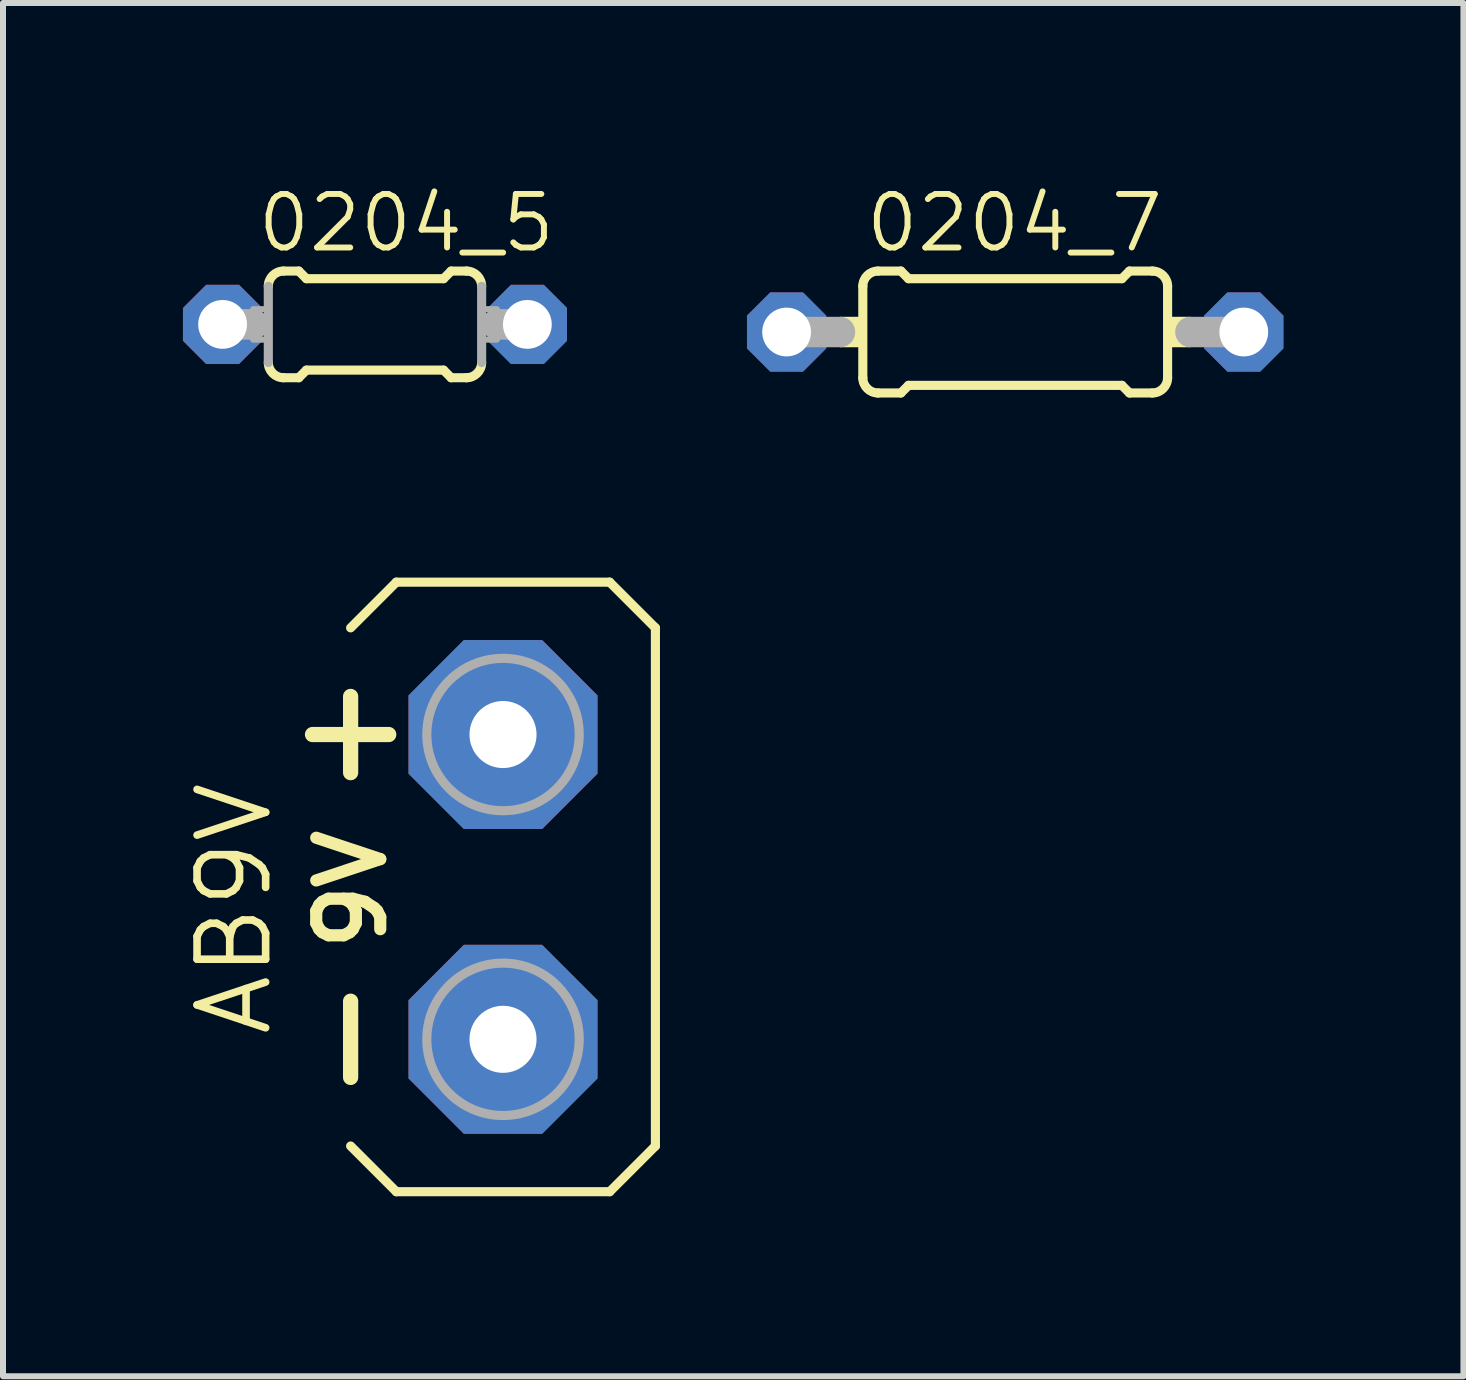
<source format=kicad_pcb>
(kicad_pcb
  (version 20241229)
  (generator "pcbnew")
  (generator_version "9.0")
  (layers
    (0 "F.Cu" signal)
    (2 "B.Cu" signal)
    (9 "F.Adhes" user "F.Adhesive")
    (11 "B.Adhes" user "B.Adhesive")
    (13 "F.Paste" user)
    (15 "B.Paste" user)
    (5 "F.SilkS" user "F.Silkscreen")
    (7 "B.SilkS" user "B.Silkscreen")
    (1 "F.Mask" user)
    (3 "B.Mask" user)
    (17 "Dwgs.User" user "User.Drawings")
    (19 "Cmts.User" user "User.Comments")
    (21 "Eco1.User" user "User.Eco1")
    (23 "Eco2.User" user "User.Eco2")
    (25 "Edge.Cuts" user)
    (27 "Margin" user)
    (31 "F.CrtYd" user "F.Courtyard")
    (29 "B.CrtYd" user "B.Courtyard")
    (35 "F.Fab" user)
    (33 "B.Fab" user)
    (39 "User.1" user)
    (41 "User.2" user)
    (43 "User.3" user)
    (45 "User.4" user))
  (footprint "0204_7"
    (layer "F.Cu")
    (at 13.871 2.484)
    (property "Reference" "0204_7" (at -2.54 -1.295 0) (unlocked yes) (layer "F.SilkS") (effects (font (size 0.892 0.892) (thickness 0.099)) (justify left bottom)))
    (fp_line (start -2.54 0.762) (end -2.54 -0.762) (stroke (width 0.152) (type solid)) (layer "F.SilkS"))
    (fp_line (start -2.286 -1.016) (end -1.905 -1.016) (stroke (width 0.152) (type solid)) (layer "F.SilkS"))
    (fp_line (start -2.286 1.016) (end -1.905 1.016) (stroke (width 0.152) (type solid)) (layer "F.SilkS"))
    (fp_line (start -1.778 -0.889) (end -1.905 -1.016) (stroke (width 0.152) (type solid)) (layer "F.SilkS"))
    (fp_line (start -1.778 0.889) (end -1.905 1.016) (stroke (width 0.152) (type solid)) (layer "F.SilkS"))
    (fp_line (start 1.778 -0.889) (end -1.778 -0.889) (stroke (width 0.152) (type solid)) (layer "F.SilkS"))
    (fp_line (start 1.778 -0.889) (end 1.905 -1.016) (stroke (width 0.152) (type solid)) (layer "F.SilkS"))
    (fp_line (start 1.778 0.889) (end -1.778 0.889) (stroke (width 0.152) (type solid)) (layer "F.SilkS"))
    (fp_line (start 1.778 0.889) (end 1.905 1.016) (stroke (width 0.152) (type solid)) (layer "F.SilkS"))
    (fp_line (start 2.286 -1.016) (end 1.905 -1.016) (stroke (width 0.152) (type solid)) (layer "F.SilkS"))
    (fp_line (start 2.286 1.016) (end 1.905 1.016) (stroke (width 0.152) (type solid)) (layer "F.SilkS"))
    (fp_line (start 2.54 0.762) (end 2.54 -0.762) (stroke (width 0.152) (type solid)) (layer "F.SilkS"))
    (fp_arc (start -2.54 -0.762) (mid -2.465605 -0.941605) (end -2.286 -1.016) (stroke (width 0.1524) (type solid)) (layer "F.SilkS"))
    (fp_arc (start -2.286 1.016) (mid -2.465605 0.941605) (end -2.54 0.762) (stroke (width 0.1524) (type solid)) (layer "F.SilkS"))
    (fp_arc (start 2.286 -1.016) (mid 2.465605 -0.941605) (end 2.54 -0.762) (stroke (width 0.1524) (type solid)) (layer "F.SilkS"))
    (fp_arc (start 2.54 0.762) (mid 2.465605 0.941605) (end 2.286 1.016) (stroke (width 0.1524) (type solid)) (layer "F.SilkS"))
    (fp_poly (pts (xy -2.921 0.254) (xy -2.54 0.254) (xy -2.54 -0.254) (xy -2.921 -0.254)) (stroke (width 0) (type default)) (fill yes) (layer "F.SilkS"))
    (fp_poly (pts (xy 2.54 0.254) (xy 2.921 0.254) (xy 2.921 -0.254) (xy 2.54 -0.254)) (stroke (width 0) (type default)) (fill yes) (layer "F.SilkS"))
    (fp_line (start -3.81 0) (end -2.921 0) (stroke (width 0.508) (type solid)) (layer "F.Fab"))
    (fp_line (start 3.81 0) (end 2.921 0) (stroke (width 0.508) (type solid)) (layer "F.Fab"))
    (pad "1" thru_hole roundrect (at -3.81 0) (size 1.321 1.321) (drill 0.813) (layers "*.Cu" "*.Mask") (roundrect_rratio 0.25) (chamfer_ratio 0.293) (chamfer top_left top_right bottom_left bottom_right))
    (pad "2" thru_hole roundrect (at 3.81 0) (size 1.321 1.321) (drill 0.813) (layers "*.Cu" "*.Mask") (roundrect_rratio 0.25) (chamfer_ratio 0.293) (chamfer top_left top_right bottom_left bottom_right)))
  (footprint "0204_5"
    (layer "F.Cu")
    (at 3.2 2.357)
    (property "Reference" "0204_5" (at -2.007 -1.168 0) (unlocked yes) (layer "F.SilkS") (effects (font (size 0.892 0.892) (thickness 0.099)) (justify left bottom)))
    (fp_line (start -1.524 -0.889) (end -1.27 -0.889) (stroke (width 0.152) (type solid)) (layer "F.SilkS"))
    (fp_line (start -1.524 0.889) (end -1.27 0.889) (stroke (width 0.152) (type solid)) (layer "F.SilkS"))
    (fp_line (start -1.143 -0.762) (end -1.27 -0.889) (stroke (width 0.152) (type solid)) (layer "F.SilkS"))
    (fp_line (start -1.143 0.762) (end -1.27 0.889) (stroke (width 0.152) (type solid)) (layer "F.SilkS"))
    (fp_line (start 1.143 -0.762) (end -1.143 -0.762) (stroke (width 0.152) (type solid)) (layer "F.SilkS"))
    (fp_line (start 1.143 -0.762) (end 1.27 -0.889) (stroke (width 0.152) (type solid)) (layer "F.SilkS"))
    (fp_line (start 1.143 0.762) (end -1.143 0.762) (stroke (width 0.152) (type solid)) (layer "F.SilkS"))
    (fp_line (start 1.143 0.762) (end 1.27 0.889) (stroke (width 0.152) (type solid)) (layer "F.SilkS"))
    (fp_line (start 1.524 -0.889) (end 1.27 -0.889) (stroke (width 0.152) (type solid)) (layer "F.SilkS"))
    (fp_line (start 1.524 0.889) (end 1.27 0.889) (stroke (width 0.152) (type solid)) (layer "F.SilkS"))
    (fp_arc (start -1.778 -0.635) (mid -1.703605 -0.814605) (end -1.524 -0.889) (stroke (width 0.1524) (type solid)) (layer "F.SilkS"))
    (fp_arc (start -1.524 0.889) (mid -1.703605 0.814605) (end -1.778 0.635) (stroke (width 0.1524) (type solid)) (layer "F.SilkS"))
    (fp_arc (start 1.524 -0.889) (mid 1.703605 -0.814605) (end 1.778 -0.635) (stroke (width 0.1524) (type solid)) (layer "F.SilkS"))
    (fp_arc (start 1.778 0.635) (mid 1.703605 0.814605) (end 1.524 0.889) (stroke (width 0.1524) (type solid)) (layer "F.SilkS"))
    (fp_line (start -2.54 0) (end -2.032 0) (stroke (width 0.508) (type solid)) (layer "F.Fab"))
    (fp_line (start -1.778 0.635) (end -1.778 -0.635) (stroke (width 0.152) (type solid)) (layer "F.Fab"))
    (fp_line (start 1.778 0.635) (end 1.778 -0.635) (stroke (width 0.152) (type solid)) (layer "F.Fab"))
    (fp_line (start 2.54 0) (end 2.032 0) (stroke (width 0.508) (type solid)) (layer "F.Fab"))
    (fp_poly (pts (xy -2.032 0.254) (xy -1.778 0.254) (xy -1.778 -0.254) (xy -2.032 -0.254)) (stroke (width 0.1) (type default)) (fill no) (layer "F.Fab"))
    (fp_poly (pts (xy 1.778 0.254) (xy 2.032 0.254) (xy 2.032 -0.254) (xy 1.778 -0.254)) (stroke (width 0.1) (type default)) (fill no) (layer "F.Fab"))
    (pad "1" thru_hole roundrect (at -2.54 0) (size 1.321 1.321) (drill 0.813) (layers "*.Cu" "*.Mask") (roundrect_rratio 0.25) (chamfer_ratio 0.293) (chamfer top_left top_right bottom_left bottom_right))
    (pad "2" thru_hole roundrect (at 2.54 0) (size 1.321 1.321) (drill 0.813) (layers "*.Cu" "*.Mask") (roundrect_rratio 0.25) (chamfer_ratio 0.293) (chamfer top_left top_right bottom_left bottom_right)))
  (footprint "AB9V"
    (layer "F.Cu")
    (at 5.334 11.733)
    (property "Reference" "AB9V" (at -3.81 2.54 90) (unlocked yes) (layer "F.SilkS") (effects (font (size 1.143 1.143) (thickness 0.127)) (justify left bottom)))
    (fp_line (start -2.54 -4.318) (end -1.778 -5.08) (stroke (width 0.152) (type solid)) (layer "F.SilkS"))
    (fp_line (start -2.54 -1.905) (end -2.54 -3.175) (stroke (width 0.254) (type solid)) (layer "F.SilkS"))
    (fp_line (start -2.54 3.175) (end -2.54 1.905) (stroke (width 0.254) (type solid)) (layer "F.SilkS"))
    (fp_line (start -2.54 4.318) (end -1.778 5.08) (stroke (width 0.152) (type solid)) (layer "F.SilkS"))
    (fp_line (start -1.905 -2.54) (end -3.175 -2.54) (stroke (width 0.254) (type solid)) (layer "F.SilkS"))
    (fp_line (start -1.778 -5.08) (end 1.778 -5.08) (stroke (width 0.152) (type solid)) (layer "F.SilkS"))
    (fp_line (start 1.778 5.08) (end -1.778 5.08) (stroke (width 0.152) (type solid)) (layer "F.SilkS"))
    (fp_line (start 1.778 5.08) (end 2.54 4.318) (stroke (width 0.152) (type solid)) (layer "F.SilkS"))
    (fp_line (start 2.54 -4.318) (end 1.778 -5.08) (stroke (width 0.152) (type solid)) (layer "F.SilkS"))
    (fp_line (start 2.54 -4.318) (end 2.54 4.318) (stroke (width 0.152) (type solid)) (layer "F.SilkS"))
    (fp_circle (center 0 -2.54) (end 1.27 -2.54) (stroke (width 0.152) (type solid)) (fill no) (layer "F.Fab"))
    (fp_circle (center 0 2.54) (end 1.27 2.54) (stroke (width 0.152) (type solid)) (fill no) (layer "F.Fab"))
    (fp_text user "9V" (at -1.905 1.143 90) (unlocked yes) (layer "F.SilkS") (effects (font (size 1.067 1.067) (thickness 0.203)) (justify left bottom)))
    (pad "+" thru_hole roundrect (at 0 -2.54) (size 3.15 3.15) (drill 1.118) (layers "*.Cu" "*.Mask") (roundrect_rratio 0.25) (chamfer_ratio 0.293) (chamfer top_left top_right bottom_left bottom_right))
    (pad "-" thru_hole roundrect (at 0 2.54) (size 3.15 3.15) (drill 1.118) (layers "*.Cu" "*.Mask") (roundrect_rratio 0.25) (chamfer_ratio 0.293) (chamfer top_left top_right bottom_left bottom_right)))
  (gr_rect
    (start -3 -3)
    (end 21.342 19.889)
    (stroke (width 0.1) (type default))
    (fill no)
    (layer "Edge.Cuts")))
</source>
